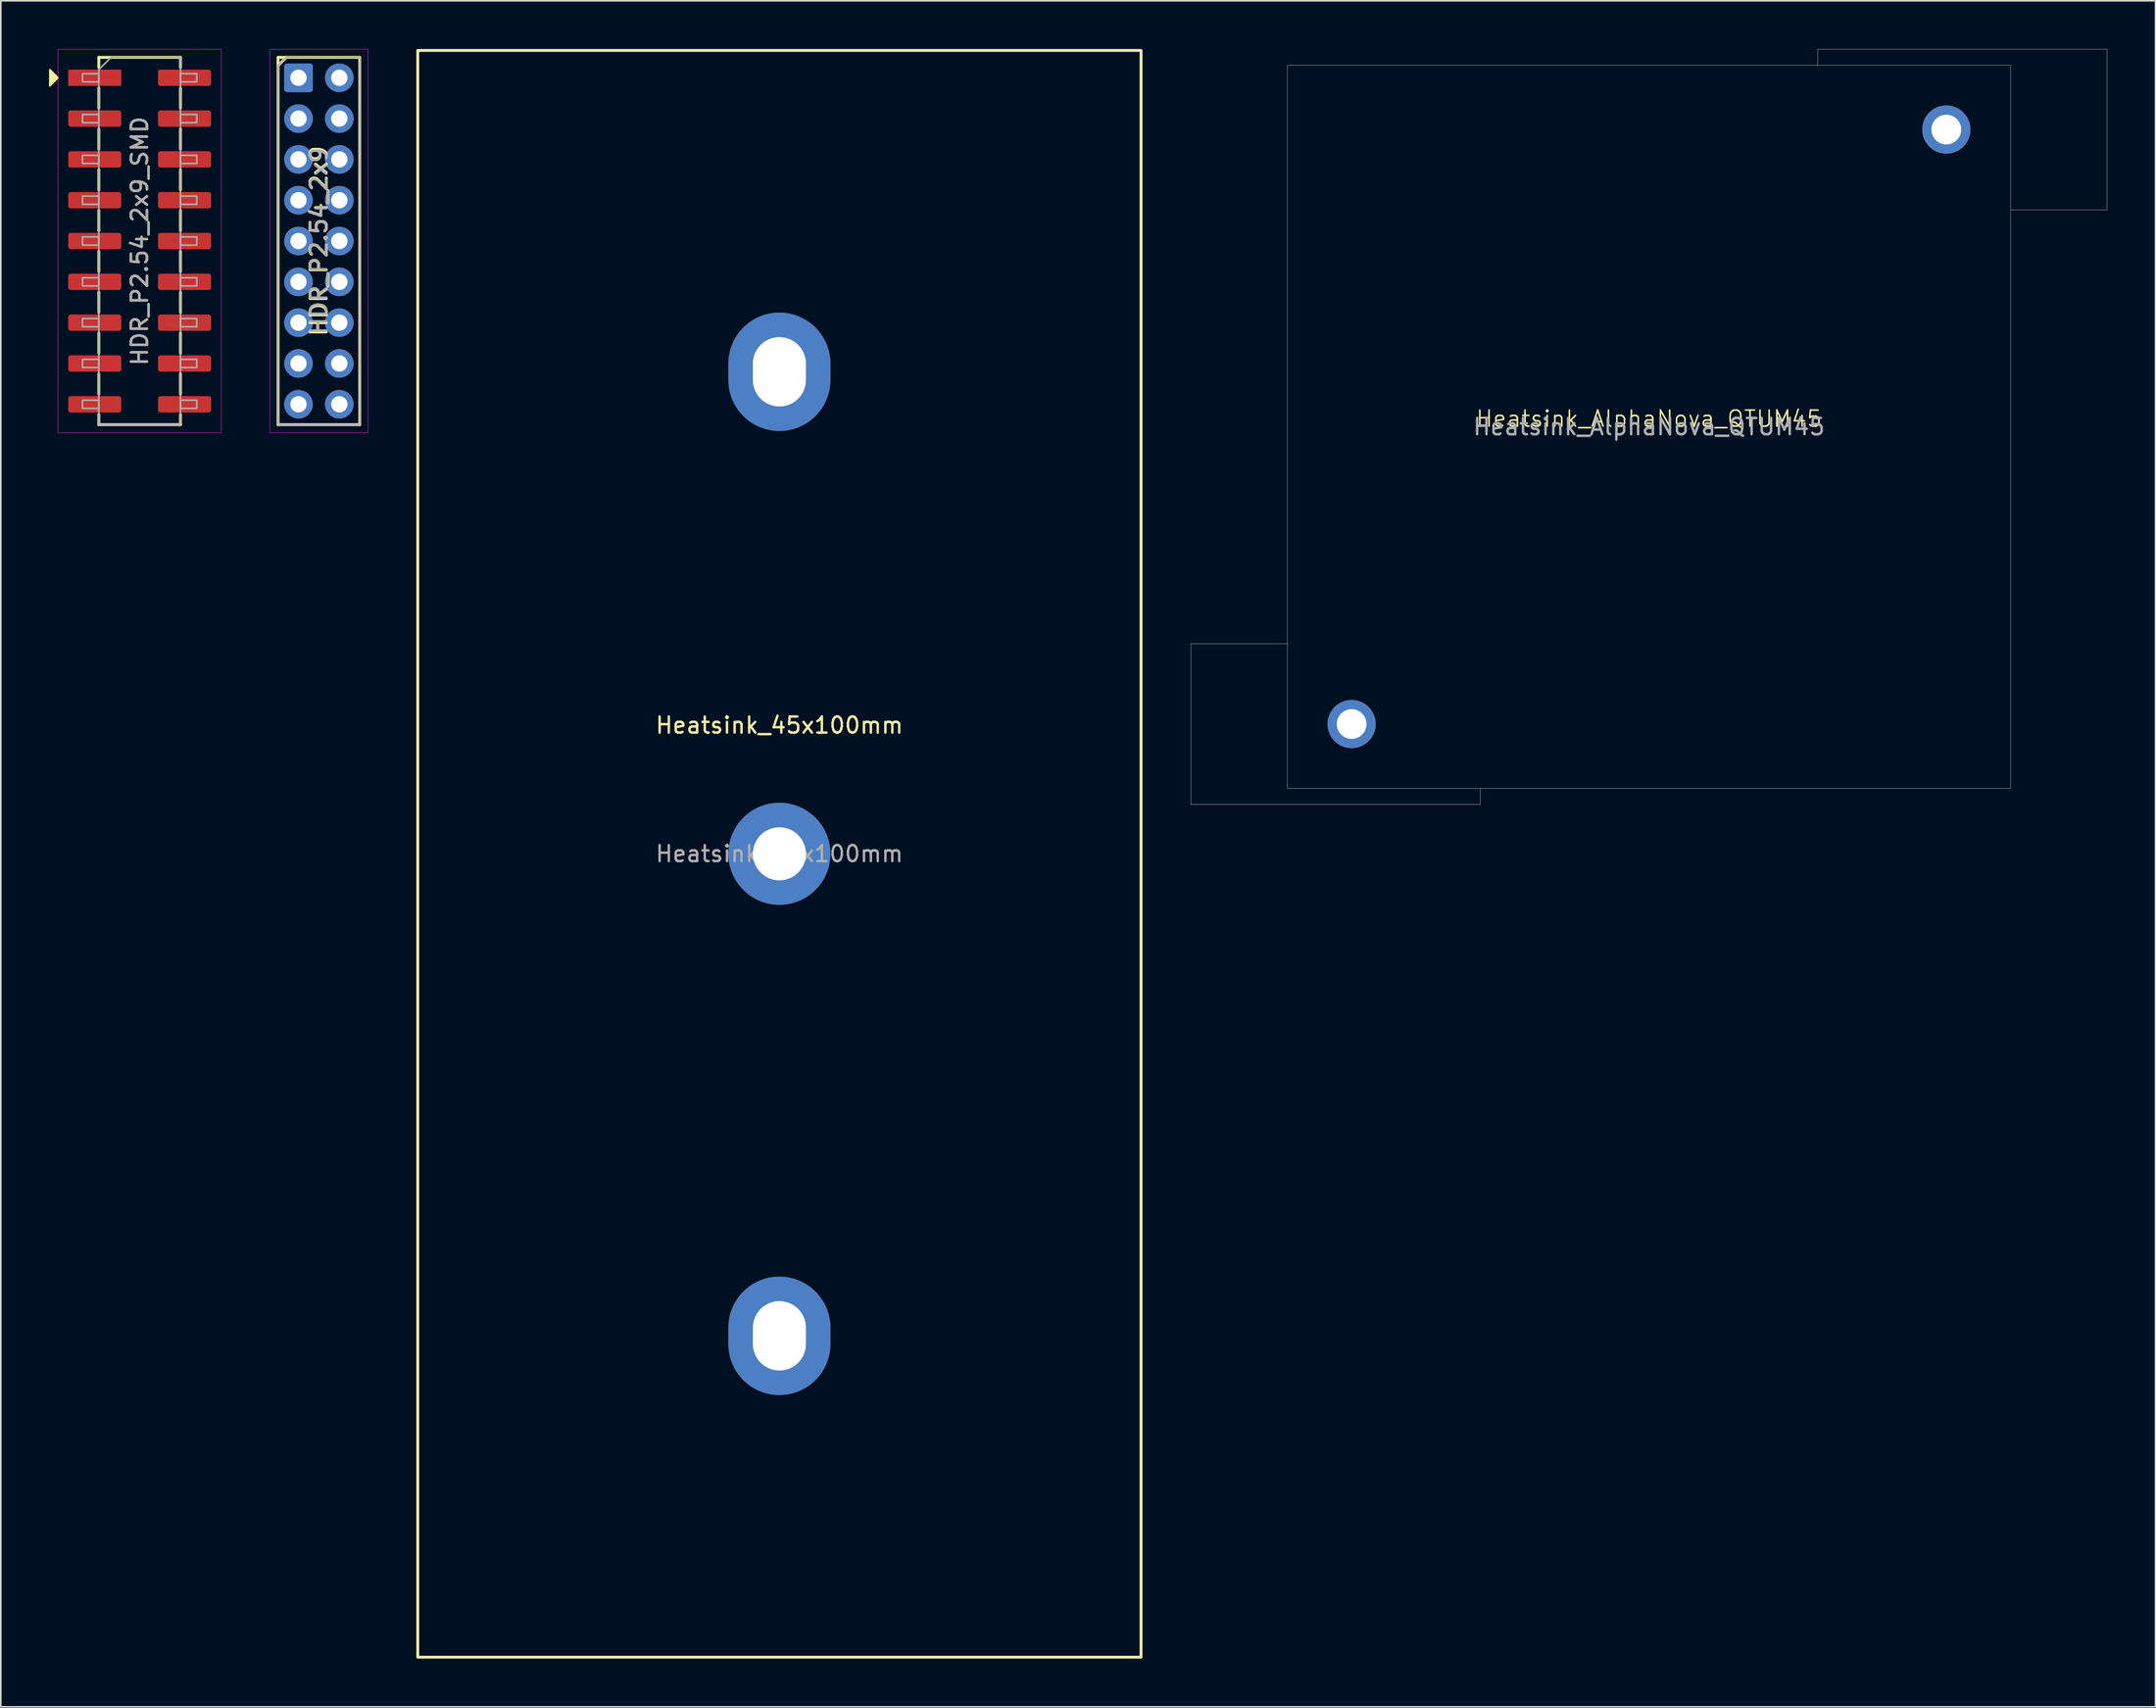
<source format=kicad_pcb>
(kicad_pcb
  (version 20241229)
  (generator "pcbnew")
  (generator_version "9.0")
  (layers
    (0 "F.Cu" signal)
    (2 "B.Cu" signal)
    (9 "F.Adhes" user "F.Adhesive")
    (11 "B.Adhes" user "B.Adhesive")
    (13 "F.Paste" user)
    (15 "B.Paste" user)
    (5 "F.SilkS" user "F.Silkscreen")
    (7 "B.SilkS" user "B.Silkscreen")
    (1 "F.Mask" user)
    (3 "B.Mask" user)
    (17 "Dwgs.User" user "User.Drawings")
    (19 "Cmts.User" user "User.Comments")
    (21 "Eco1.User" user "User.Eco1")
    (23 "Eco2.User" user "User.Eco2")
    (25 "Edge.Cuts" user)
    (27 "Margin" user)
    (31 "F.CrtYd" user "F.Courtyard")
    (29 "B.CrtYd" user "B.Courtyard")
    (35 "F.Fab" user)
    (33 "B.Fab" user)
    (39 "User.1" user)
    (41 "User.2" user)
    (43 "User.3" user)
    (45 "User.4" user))
  (footprint "Heatsink_AlphaNova_QTUM45"
    (layer "F.Cu")
    (at 99.543 23.513)
    (property "Reference" "Heatsink_AlphaNova_QTUM45" (at 0 -0.5 0) (unlocked yes) (layer "F.SilkS") (effects (font (size 1 1) (thickness 0.1))))
    (attr through_hole)
    (fp_line (start -28.5 13.5) (end -28.5 23.5) (stroke (width 0.025) (type solid)) (layer "F.Fab"))
    (fp_line (start -28.5 23.5) (end -10.5 23.5) (stroke (width 0.025) (type solid)) (layer "F.Fab"))
    (fp_line (start -22.5 13.5) (end -28.5 13.5) (stroke (width 0.025) (type solid)) (layer "F.Fab"))
    (fp_line (start -10.5 23.5) (end -10.5 22.5) (stroke (width 0.025) (type solid)) (layer "F.Fab"))
    (fp_line (start 10.5 -23.5) (end 28.5 -23.5) (stroke (width 0.025) (type solid)) (layer "F.Fab"))
    (fp_line (start 10.5 -22.5) (end 10.5 -23.5) (stroke (width 0.025) (type solid)) (layer "F.Fab"))
    (fp_line (start 28.5 -23.5) (end 28.5 -13.5) (stroke (width 0.025) (type solid)) (layer "F.Fab"))
    (fp_line (start 28.5 -13.5) (end 22.5 -13.5) (stroke (width 0.025) (type solid)) (layer "F.Fab"))
    (fp_rect (start -22.5 22.5) (end 22.5 -22.5) (stroke (width 0.025) (type solid)) (fill no) (layer "F.Fab"))
    (fp_text user "${REFERENCE}" (at 0 0 0) (unlocked yes) (layer "F.Fab") (effects (font (size 1.016 1.016) (thickness 0.152))))
    (pad "1" thru_hole circle (at -18.5 18.5) (size 3 3) (drill 1.85) (layers "*.Cu" "*.Mask"))
    (pad "1" thru_hole circle (at 18.5 -18.5) (size 3 3) (drill 1.85) (layers "*.Cu" "*.Mask")))
  (footprint "HDR_P2.54_2x9_SMD"
    (layer "F.Cu")
    (at 5.638 11.951)
    (property "Reference" "HDR_P2.54_2x9_SMD" (at 0 0 90) (layer "F.SilkS") (effects (font (size 1 1) (thickness 0.15))))
    (attr smd)
    (fp_line (start -2.54 -11.43) (end -2.54 -10.795) (stroke (width 0.178) (type solid)) (layer "F.SilkS"))
    (fp_line (start -2.54 -8.255) (end -2.54 -9.525) (stroke (width 0.178) (type solid)) (layer "F.SilkS"))
    (fp_line (start -2.54 -5.715) (end -2.54 -6.985) (stroke (width 0.178) (type solid)) (layer "F.SilkS"))
    (fp_line (start -2.54 -3.175) (end -2.54 -4.445) (stroke (width 0.178) (type solid)) (layer "F.SilkS"))
    (fp_line (start -2.54 -0.635) (end -2.54 -1.905) (stroke (width 0.178) (type solid)) (layer "F.SilkS"))
    (fp_line (start -2.54 1.905) (end -2.54 0.635) (stroke (width 0.178) (type solid)) (layer "F.SilkS"))
    (fp_line (start -2.54 4.445) (end -2.54 3.175) (stroke (width 0.178) (type solid)) (layer "F.SilkS"))
    (fp_line (start -2.54 6.985) (end -2.54 5.715) (stroke (width 0.178) (type solid)) (layer "F.SilkS"))
    (fp_line (start -2.54 9.525) (end -2.54 8.255) (stroke (width 0.178) (type solid)) (layer "F.SilkS"))
    (fp_line (start -2.54 11.43) (end -2.54 10.795) (stroke (width 0.178) (type solid)) (layer "F.SilkS"))
    (fp_line (start 2.54 -11.43) (end -2.54 -11.43) (stroke (width 0.178) (type solid)) (layer "F.SilkS"))
    (fp_line (start 2.54 -10.795) (end 2.54 -11.43) (stroke (width 0.178) (type solid)) (layer "F.SilkS"))
    (fp_line (start 2.54 -8.255) (end 2.54 -9.525) (stroke (width 0.178) (type solid)) (layer "F.SilkS"))
    (fp_line (start 2.54 -5.715) (end 2.54 -6.985) (stroke (width 0.178) (type solid)) (layer "F.SilkS"))
    (fp_line (start 2.54 -3.175) (end 2.54 -4.445) (stroke (width 0.178) (type solid)) (layer "F.SilkS"))
    (fp_line (start 2.54 -0.635) (end 2.54 -1.905) (stroke (width 0.178) (type solid)) (layer "F.SilkS"))
    (fp_line (start 2.54 1.905) (end 2.54 0.635) (stroke (width 0.178) (type solid)) (layer "F.SilkS"))
    (fp_line (start 2.54 4.445) (end 2.54 3.175) (stroke (width 0.178) (type solid)) (layer "F.SilkS"))
    (fp_line (start 2.54 6.985) (end 2.54 5.715) (stroke (width 0.178) (type solid)) (layer "F.SilkS"))
    (fp_line (start 2.54 9.525) (end 2.54 8.255) (stroke (width 0.178) (type solid)) (layer "F.SilkS"))
    (fp_line (start 2.54 10.795) (end 2.54 11.43) (stroke (width 0.178) (type solid)) (layer "F.SilkS"))
    (fp_line (start 2.54 11.43) (end -2.54 11.43) (stroke (width 0.178) (type solid)) (layer "F.SilkS"))
    (fp_poly (pts (xy -5.08 -10.16) (xy -5.588 -9.652) (xy -5.588 -10.668)) (stroke (width 0.1) (type solid)) (fill yes) (layer "F.SilkS"))
    (fp_rect (start -5.08 -11.938) (end 5.08 11.938) (stroke (width 0.025) (type solid)) (fill no) (layer "F.CrtYd"))
    (fp_line (start -2.54 -10.668) (end -1.778 -11.43) (stroke (width 0.1) (type solid)) (layer "F.Fab"))
    (fp_line (start -2.54 11.43) (end -2.54 -10.668) (stroke (width 0.1) (type solid)) (layer "F.Fab"))
    (fp_line (start -1.778 -11.43) (end 2.54 -11.43) (stroke (width 0.1) (type solid)) (layer "F.Fab"))
    (fp_line (start 2.54 -11.43) (end 2.54 11.43) (stroke (width 0.1) (type solid)) (layer "F.Fab"))
    (fp_line (start 2.54 11.43) (end -2.54 11.43) (stroke (width 0.1) (type solid)) (layer "F.Fab"))
    (fp_rect (start -3.556 -10.414) (end -2.54 -9.906) (stroke (width 0.1) (type solid)) (fill no) (layer "F.Fab"))
    (fp_rect (start -3.556 -7.874) (end -2.54 -7.366) (stroke (width 0.1) (type solid)) (fill no) (layer "F.Fab"))
    (fp_rect (start -3.556 -5.334) (end -2.54 -4.826) (stroke (width 0.1) (type solid)) (fill no) (layer "F.Fab"))
    (fp_rect (start -3.556 -2.794) (end -2.54 -2.286) (stroke (width 0.1) (type solid)) (fill no) (layer "F.Fab"))
    (fp_rect (start -3.556 -0.254) (end -2.54 0.254) (stroke (width 0.1) (type solid)) (fill no) (layer "F.Fab"))
    (fp_rect (start -3.556 2.286) (end -2.54 2.794) (stroke (width 0.1) (type solid)) (fill no) (layer "F.Fab"))
    (fp_rect (start -3.556 4.826) (end -2.54 5.334) (stroke (width 0.1) (type solid)) (fill no) (layer "F.Fab"))
    (fp_rect (start -3.556 7.366) (end -2.54 7.874) (stroke (width 0.1) (type solid)) (fill no) (layer "F.Fab"))
    (fp_rect (start -3.556 9.906) (end -2.54 10.414) (stroke (width 0.1) (type solid)) (fill no) (layer "F.Fab"))
    (fp_rect (start 2.54 -10.414) (end 3.556 -9.906) (stroke (width 0.1) (type solid)) (fill no) (layer "F.Fab"))
    (fp_rect (start 2.54 -7.874) (end 3.556 -7.366) (stroke (width 0.1) (type solid)) (fill no) (layer "F.Fab"))
    (fp_rect (start 2.54 -5.334) (end 3.556 -4.826) (stroke (width 0.1) (type solid)) (fill no) (layer "F.Fab"))
    (fp_rect (start 2.54 -2.794) (end 3.556 -2.286) (stroke (width 0.1) (type solid)) (fill no) (layer "F.Fab"))
    (fp_rect (start 2.54 -0.254) (end 3.556 0.254) (stroke (width 0.1) (type solid)) (fill no) (layer "F.Fab"))
    (fp_rect (start 2.54 2.286) (end 3.556 2.794) (stroke (width 0.1) (type solid)) (fill no) (layer "F.Fab"))
    (fp_rect (start 2.54 4.826) (end 3.556 5.334) (stroke (width 0.1) (type solid)) (fill no) (layer "F.Fab"))
    (fp_rect (start 2.54 7.366) (end 3.556 7.874) (stroke (width 0.1) (type solid)) (fill no) (layer "F.Fab"))
    (fp_rect (start 2.54 9.906) (end 3.556 10.414) (stroke (width 0.1) (type solid)) (fill no) (layer "F.Fab"))
    (fp_text user "${REFERENCE}" (at 0 0 90) (layer "F.Fab") (effects (font (size 1 1) (thickness 0.15))))
    (pad "1" smd rect (at -2.794 -10.16) (size 3.302 1.016) (layers "F.Cu" "F.Mask" "F.Paste"))
    (pad "2" smd roundrect (at 2.794 -10.16) (size 3.302 1.016) (layers "F.Cu" "F.Mask" "F.Paste") (roundrect_rratio 0.15))
    (pad "3" smd roundrect (at -2.794 -7.62) (size 3.302 1.016) (layers "F.Cu" "F.Mask" "F.Paste") (roundrect_rratio 0.15))
    (pad "4" smd roundrect (at 2.794 -7.62) (size 3.302 1.016) (layers "F.Cu" "F.Mask" "F.Paste") (roundrect_rratio 0.15))
    (pad "5" smd roundrect (at -2.794 -5.08) (size 3.302 1.016) (layers "F.Cu" "F.Mask" "F.Paste") (roundrect_rratio 0.15))
    (pad "6" smd roundrect (at 2.794 -5.08) (size 3.302 1.016) (layers "F.Cu" "F.Mask" "F.Paste") (roundrect_rratio 0.15))
    (pad "7" smd roundrect (at -2.794 -2.54) (size 3.302 1.016) (layers "F.Cu" "F.Mask" "F.Paste") (roundrect_rratio 0.15))
    (pad "8" smd roundrect (at 2.794 -2.54) (size 3.302 1.016) (layers "F.Cu" "F.Mask" "F.Paste") (roundrect_rratio 0.15))
    (pad "9" smd roundrect (at -2.794 0) (size 3.302 1.016) (layers "F.Cu" "F.Mask" "F.Paste") (roundrect_rratio 0.15))
    (pad "10" smd roundrect (at 2.794 0) (size 3.302 1.016) (layers "F.Cu" "F.Mask" "F.Paste") (roundrect_rratio 0.15))
    (pad "11" smd roundrect (at -2.794 2.54) (size 3.302 1.016) (layers "F.Cu" "F.Mask" "F.Paste") (roundrect_rratio 0.15))
    (pad "12" smd roundrect (at 2.794 2.54) (size 3.302 1.016) (layers "F.Cu" "F.Mask" "F.Paste") (roundrect_rratio 0.15))
    (pad "13" smd roundrect (at -2.794 5.08) (size 3.302 1.016) (layers "F.Cu" "F.Mask" "F.Paste") (roundrect_rratio 0.15))
    (pad "14" smd roundrect (at 2.794 5.08) (size 3.302 1.016) (layers "F.Cu" "F.Mask" "F.Paste") (roundrect_rratio 0.15))
    (pad "15" smd roundrect (at -2.794 7.62) (size 3.302 1.016) (layers "F.Cu" "F.Mask" "F.Paste") (roundrect_rratio 0.15))
    (pad "16" smd roundrect (at 2.794 7.62) (size 3.302 1.016) (layers "F.Cu" "F.Mask" "F.Paste") (roundrect_rratio 0.15))
    (pad "17" smd roundrect (at -2.794 10.16) (size 3.302 1.016) (layers "F.Cu" "F.Mask" "F.Paste") (roundrect_rratio 0.15))
    (pad "18" smd roundrect (at 2.794 10.16) (size 3.302 1.016) (layers "F.Cu" "F.Mask" "F.Paste") (roundrect_rratio 0.15)))
  (footprint "Heatsink_45x100mm"
    (layer "F.Cu")
    (at 45.441 50.089)
    (property "Reference" "Heatsink_45x100mm" (at 0 -8 0) (layer "F.SilkS") (effects (font (size 1 1) (thickness 0.15))))
    (attr through_hole)
    (fp_rect (start -22.5 -50) (end 22.5 50) (stroke (width 0.178) (type solid)) (fill no) (layer "F.SilkS"))
    (fp_text user "${REFERENCE}" (at 0 0 0) (layer "F.Fab") (effects (font (size 1 1) (thickness 0.15))))
    (pad "1" thru_hole oval (at 0 -30) (size 6.35 7.366) (drill oval 3.302 4.318) (layers "*.Cu" "*.Mask"))
    (pad "2" thru_hole circle (at 0 0) (size 6.35 6.35) (drill 3.302) (layers "*.Cu" "*.Mask"))
    (pad "3" thru_hole oval (at 0 30) (size 6.35 7.366) (drill oval 3.302 4.318) (layers "*.Cu" "*.Mask")))
  (footprint "HDR_P2.54_2x9"
    (layer "F.Cu")
    (at 16.791 11.951)
    (property "Reference" "HDR_P2.54_2x9" (at 0 0 90) (layer "F.SilkS") (effects (font (size 1.016 1.016) (thickness 0.178))))
    (attr through_hole)
    (fp_line (start -2.54 -11.43) (end -2.54 11.43) (stroke (width 0.178) (type solid)) (layer "F.SilkS"))
    (fp_line (start -2.54 -11.43) (end 2.54 -11.43) (stroke (width 0.178) (type solid)) (layer "F.SilkS"))
    (fp_line (start -2.54 -10.922) (end -2.032 -11.43) (stroke (width 0.178) (type solid)) (layer "F.SilkS"))
    (fp_line (start -2.54 11.43) (end 2.54 11.43) (stroke (width 0.178) (type solid)) (layer "F.SilkS"))
    (fp_line (start 2.54 -11.43) (end 2.54 11.43) (stroke (width 0.178) (type solid)) (layer "F.SilkS"))
    (fp_rect (start -3.048 -11.938) (end 3.048 11.938) (stroke (width 0.025) (type solid)) (fill no) (layer "F.CrtYd"))
    (fp_line (start -2.54 -10.922) (end -2.032 -11.43) (stroke (width 0.1) (type solid)) (layer "F.Fab"))
    (fp_line (start -2.54 11.43) (end -2.54 -10.922) (stroke (width 0.1) (type solid)) (layer "F.Fab"))
    (fp_line (start -2.032 -11.43) (end 2.54 -11.43) (stroke (width 0.1) (type solid)) (layer "F.Fab"))
    (fp_line (start 2.54 -11.43) (end 2.54 11.43) (stroke (width 0.1) (type solid)) (layer "F.Fab"))
    (fp_line (start 2.54 11.43) (end -2.54 11.43) (stroke (width 0.1) (type solid)) (layer "F.Fab"))
    (fp_text user "${REFERENCE}" (at 0 0 90) (layer "F.Fab") (effects (font (size 1 1) (thickness 0.15))))
    (pad "1" thru_hole roundrect (at -1.27 -10.16) (size 1.778 1.778) (drill 1.016) (layers "*.Cu" "*.Mask") (roundrect_rratio 0.1))
    (pad "2" thru_hole oval (at 1.27 -10.16) (size 1.778 1.778) (drill 1.016) (layers "*.Cu" "*.Mask"))
    (pad "3" thru_hole oval (at -1.27 -7.62) (size 1.778 1.778) (drill 1.016) (layers "*.Cu" "*.Mask"))
    (pad "4" thru_hole oval (at 1.27 -7.62) (size 1.778 1.778) (drill 1.016) (layers "*.Cu" "*.Mask"))
    (pad "5" thru_hole oval (at -1.27 -5.08) (size 1.778 1.778) (drill 1.016) (layers "*.Cu" "*.Mask"))
    (pad "6" thru_hole oval (at 1.27 -5.08) (size 1.778 1.778) (drill 1.016) (layers "*.Cu" "*.Mask"))
    (pad "7" thru_hole oval (at -1.27 -2.54) (size 1.778 1.778) (drill 1.016) (layers "*.Cu" "*.Mask"))
    (pad "8" thru_hole oval (at 1.27 -2.54) (size 1.778 1.778) (drill 1.016) (layers "*.Cu" "*.Mask"))
    (pad "9" thru_hole oval (at -1.27 0) (size 1.778 1.778) (drill 1.016) (layers "*.Cu" "*.Mask"))
    (pad "10" thru_hole oval (at 1.27 0) (size 1.778 1.778) (drill 1.016) (layers "*.Cu" "*.Mask"))
    (pad "11" thru_hole oval (at -1.27 2.54) (size 1.778 1.778) (drill 1.016) (layers "*.Cu" "*.Mask"))
    (pad "12" thru_hole oval (at 1.27 2.54) (size 1.778 1.778) (drill 1.016) (layers "*.Cu" "*.Mask"))
    (pad "13" thru_hole oval (at -1.27 5.08) (size 1.778 1.778) (drill 1.016) (layers "*.Cu" "*.Mask"))
    (pad "14" thru_hole oval (at 1.27 5.08) (size 1.778 1.778) (drill 1.016) (layers "*.Cu" "*.Mask"))
    (pad "15" thru_hole oval (at -1.27 7.62) (size 1.778 1.778) (drill 1.016) (layers "*.Cu" "*.Mask"))
    (pad "16" thru_hole oval (at 1.27 7.62) (size 1.778 1.778) (drill 1.016) (layers "*.Cu" "*.Mask"))
    (pad "17" thru_hole oval (at -1.27 10.16) (size 1.778 1.778) (drill 1.016) (layers "*.Cu" "*.Mask"))
    (pad "18" thru_hole oval (at 1.27 10.16) (size 1.778 1.778) (drill 1.016) (layers "*.Cu" "*.Mask")))
  (gr_rect
    (start -3 -3)
    (end 131.055 103.178)
    (stroke (width 0.1) (type default))
    (fill no)
    (layer "Edge.Cuts")))
</source>
